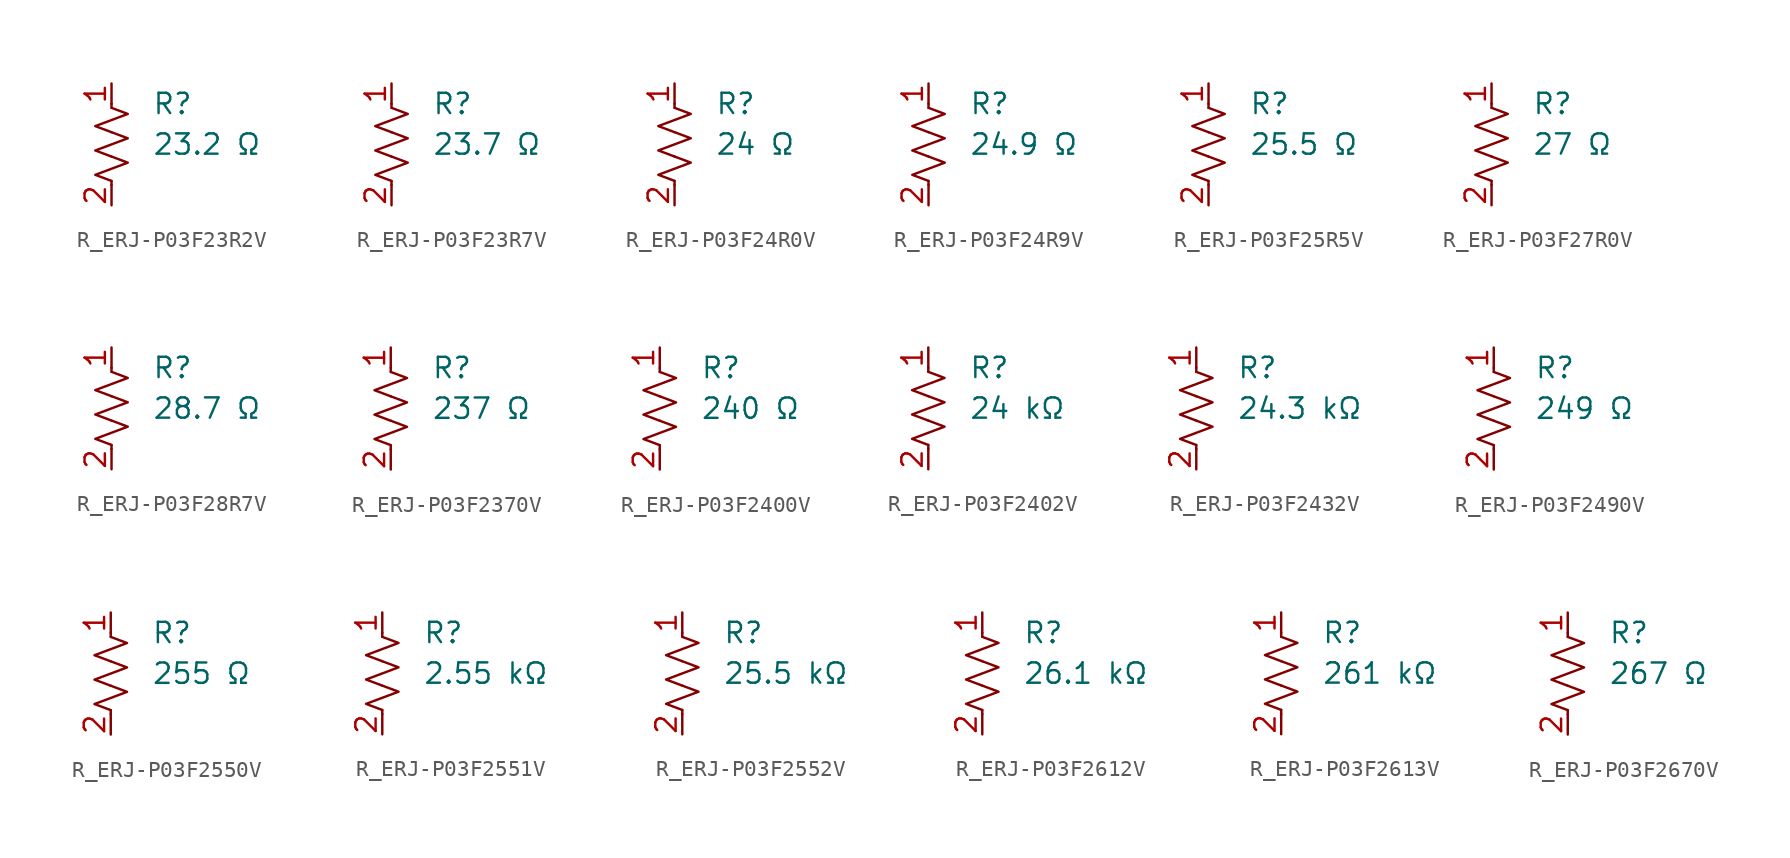
<source format=kicad_sym>
(kicad_symbol_lib
  (version 20231120)
  (generator "kicad_symbol_editor")
  (generator_version "8.0")
  (symbol "R_ERJ-P03F23R2V"
    (pin_names
      (offset 0.254))
    (property "Value" "23.2 Ω"
      (at 2.54 0 0)
      (effects (font (size 1.27 1.27)) (justify left)))
    (property "Reference" "R"
      (at 2.54 2.54 0)
      (effects (font (size 1.27 1.27)) (justify left)))
    (symbol "R_ERJ-P03F23R2V_0_1"
      (polyline (pts (xy 0 -2.286) (xy 0 -2.54)) (stroke (width 0) (type default)) (fill (type none)))
      (polyline (pts (xy 0 2.286) (xy 0 2.54)) (stroke (width 0) (type default)) (fill (type none)))
      (polyline (pts (xy 0 -0.762) (xy 1.016 -1.143) (xy 0 -1.524) (xy -1.016 -1.905) (xy 0 -2.286)) (stroke (width 0) (type default)) (fill (type none)))
      (polyline (pts (xy 0 0.762) (xy 1.016 0.381) (xy 0 0) (xy -1.016 -0.381) (xy 0 -0.762)) (stroke (width 0) (type default)) (fill (type none)))
      (polyline (pts (xy 0 2.286) (xy 1.016 1.905) (xy 0 1.524) (xy -1.016 1.143) (xy 0 0.762)) (stroke (width 0) (type default)) (fill (type none))))
    (symbol "R_ERJ-P03F23R2V_1_1"
      (pin passive line (at 0 3.81 270) (length 1.27) (name "~" (effects (font (size 1.27 1.27)))) (number "1" (effects (font (size 1.27 1.27)))))
      (pin passive line (at 0 -3.81 90) (length 1.27) (name "~" (effects (font (size 1.27 1.27)))) (number "2" (effects (font (size 1.27 1.27)))))))
  (symbol "R_ERJ-P03F23R7V"
    (pin_names
      (offset 0.254))
    (property "Value" "23.7 Ω"
      (at 2.54 0 0)
      (effects (font (size 1.27 1.27)) (justify left)))
    (property "Reference" "R"
      (at 2.54 2.54 0)
      (effects (font (size 1.27 1.27)) (justify left)))
    (symbol "R_ERJ-P03F23R7V_0_1"
      (polyline (pts (xy 0 -2.286) (xy 0 -2.54)) (stroke (width 0) (type default)) (fill (type none)))
      (polyline (pts (xy 0 2.286) (xy 0 2.54)) (stroke (width 0) (type default)) (fill (type none)))
      (polyline (pts (xy 0 -0.762) (xy 1.016 -1.143) (xy 0 -1.524) (xy -1.016 -1.905) (xy 0 -2.286)) (stroke (width 0) (type default)) (fill (type none)))
      (polyline (pts (xy 0 0.762) (xy 1.016 0.381) (xy 0 0) (xy -1.016 -0.381) (xy 0 -0.762)) (stroke (width 0) (type default)) (fill (type none)))
      (polyline (pts (xy 0 2.286) (xy 1.016 1.905) (xy 0 1.524) (xy -1.016 1.143) (xy 0 0.762)) (stroke (width 0) (type default)) (fill (type none))))
    (symbol "R_ERJ-P03F23R7V_1_1"
      (pin passive line (at 0 3.81 270) (length 1.27) (name "~" (effects (font (size 1.27 1.27)))) (number "1" (effects (font (size 1.27 1.27)))))
      (pin passive line (at 0 -3.81 90) (length 1.27) (name "~" (effects (font (size 1.27 1.27)))) (number "2" (effects (font (size 1.27 1.27)))))))
  (symbol "R_ERJ-P03F24R0V"
    (pin_names
      (offset 0.254))
    (property "Value" "24 Ω"
      (at 2.54 0 0)
      (effects (font (size 1.27 1.27)) (justify left)))
    (property "Reference" "R"
      (at 2.54 2.54 0)
      (effects (font (size 1.27 1.27)) (justify left)))
    (symbol "R_ERJ-P03F24R0V_0_1"
      (polyline (pts (xy 0 -2.286) (xy 0 -2.54)) (stroke (width 0) (type default)) (fill (type none)))
      (polyline (pts (xy 0 2.286) (xy 0 2.54)) (stroke (width 0) (type default)) (fill (type none)))
      (polyline (pts (xy 0 -0.762) (xy 1.016 -1.143) (xy 0 -1.524) (xy -1.016 -1.905) (xy 0 -2.286)) (stroke (width 0) (type default)) (fill (type none)))
      (polyline (pts (xy 0 0.762) (xy 1.016 0.381) (xy 0 0) (xy -1.016 -0.381) (xy 0 -0.762)) (stroke (width 0) (type default)) (fill (type none)))
      (polyline (pts (xy 0 2.286) (xy 1.016 1.905) (xy 0 1.524) (xy -1.016 1.143) (xy 0 0.762)) (stroke (width 0) (type default)) (fill (type none))))
    (symbol "R_ERJ-P03F24R0V_1_1"
      (pin passive line (at 0 3.81 270) (length 1.27) (name "~" (effects (font (size 1.27 1.27)))) (number "1" (effects (font (size 1.27 1.27)))))
      (pin passive line (at 0 -3.81 90) (length 1.27) (name "~" (effects (font (size 1.27 1.27)))) (number "2" (effects (font (size 1.27 1.27)))))))
  (symbol "R_ERJ-P03F24R9V"
    (pin_names
      (offset 0.254))
    (property "Value" "24.9 Ω"
      (at 2.54 0 0)
      (effects (font (size 1.27 1.27)) (justify left)))
    (property "Reference" "R"
      (at 2.54 2.54 0)
      (effects (font (size 1.27 1.27)) (justify left)))
    (symbol "R_ERJ-P03F24R9V_0_1"
      (polyline (pts (xy 0 -2.286) (xy 0 -2.54)) (stroke (width 0) (type default)) (fill (type none)))
      (polyline (pts (xy 0 2.286) (xy 0 2.54)) (stroke (width 0) (type default)) (fill (type none)))
      (polyline (pts (xy 0 -0.762) (xy 1.016 -1.143) (xy 0 -1.524) (xy -1.016 -1.905) (xy 0 -2.286)) (stroke (width 0) (type default)) (fill (type none)))
      (polyline (pts (xy 0 0.762) (xy 1.016 0.381) (xy 0 0) (xy -1.016 -0.381) (xy 0 -0.762)) (stroke (width 0) (type default)) (fill (type none)))
      (polyline (pts (xy 0 2.286) (xy 1.016 1.905) (xy 0 1.524) (xy -1.016 1.143) (xy 0 0.762)) (stroke (width 0) (type default)) (fill (type none))))
    (symbol "R_ERJ-P03F24R9V_1_1"
      (pin passive line (at 0 3.81 270) (length 1.27) (name "~" (effects (font (size 1.27 1.27)))) (number "1" (effects (font (size 1.27 1.27)))))
      (pin passive line (at 0 -3.81 90) (length 1.27) (name "~" (effects (font (size 1.27 1.27)))) (number "2" (effects (font (size 1.27 1.27)))))))
  (symbol "R_ERJ-P03F25R5V"
    (pin_names
      (offset 0.254))
    (property "Value" "25.5 Ω"
      (at 2.54 0 0)
      (effects (font (size 1.27 1.27)) (justify left)))
    (property "Reference" "R"
      (at 2.54 2.54 0)
      (effects (font (size 1.27 1.27)) (justify left)))
    (symbol "R_ERJ-P03F25R5V_0_1"
      (polyline (pts (xy 0 -2.286) (xy 0 -2.54)) (stroke (width 0) (type default)) (fill (type none)))
      (polyline (pts (xy 0 2.286) (xy 0 2.54)) (stroke (width 0) (type default)) (fill (type none)))
      (polyline (pts (xy 0 -0.762) (xy 1.016 -1.143) (xy 0 -1.524) (xy -1.016 -1.905) (xy 0 -2.286)) (stroke (width 0) (type default)) (fill (type none)))
      (polyline (pts (xy 0 0.762) (xy 1.016 0.381) (xy 0 0) (xy -1.016 -0.381) (xy 0 -0.762)) (stroke (width 0) (type default)) (fill (type none)))
      (polyline (pts (xy 0 2.286) (xy 1.016 1.905) (xy 0 1.524) (xy -1.016 1.143) (xy 0 0.762)) (stroke (width 0) (type default)) (fill (type none))))
    (symbol "R_ERJ-P03F25R5V_1_1"
      (pin passive line (at 0 3.81 270) (length 1.27) (name "~" (effects (font (size 1.27 1.27)))) (number "1" (effects (font (size 1.27 1.27)))))
      (pin passive line (at 0 -3.81 90) (length 1.27) (name "~" (effects (font (size 1.27 1.27)))) (number "2" (effects (font (size 1.27 1.27)))))))
  (symbol "R_ERJ-P03F27R0V"
    (pin_names
      (offset 0.254))
    (property "Value" "27 Ω"
      (at 2.54 0 0)
      (effects (font (size 1.27 1.27)) (justify left)))
    (property "Reference" "R"
      (at 2.54 2.54 0)
      (effects (font (size 1.27 1.27)) (justify left)))
    (symbol "R_ERJ-P03F27R0V_0_1"
      (polyline (pts (xy 0 -2.286) (xy 0 -2.54)) (stroke (width 0) (type default)) (fill (type none)))
      (polyline (pts (xy 0 2.286) (xy 0 2.54)) (stroke (width 0) (type default)) (fill (type none)))
      (polyline (pts (xy 0 -0.762) (xy 1.016 -1.143) (xy 0 -1.524) (xy -1.016 -1.905) (xy 0 -2.286)) (stroke (width 0) (type default)) (fill (type none)))
      (polyline (pts (xy 0 0.762) (xy 1.016 0.381) (xy 0 0) (xy -1.016 -0.381) (xy 0 -0.762)) (stroke (width 0) (type default)) (fill (type none)))
      (polyline (pts (xy 0 2.286) (xy 1.016 1.905) (xy 0 1.524) (xy -1.016 1.143) (xy 0 0.762)) (stroke (width 0) (type default)) (fill (type none))))
    (symbol "R_ERJ-P03F27R0V_1_1"
      (pin passive line (at 0 3.81 270) (length 1.27) (name "~" (effects (font (size 1.27 1.27)))) (number "1" (effects (font (size 1.27 1.27)))))
      (pin passive line (at 0 -3.81 90) (length 1.27) (name "~" (effects (font (size 1.27 1.27)))) (number "2" (effects (font (size 1.27 1.27)))))))
  (symbol "R_ERJ-P03F28R7V"
    (pin_names
      (offset 0.254))
    (property "Value" "28.7 Ω"
      (at 2.54 0 0)
      (effects (font (size 1.27 1.27)) (justify left)))
    (property "Reference" "R"
      (at 2.54 2.54 0)
      (effects (font (size 1.27 1.27)) (justify left)))
    (symbol "R_ERJ-P03F28R7V_0_1"
      (polyline (pts (xy 0 -2.286) (xy 0 -2.54)) (stroke (width 0) (type default)) (fill (type none)))
      (polyline (pts (xy 0 2.286) (xy 0 2.54)) (stroke (width 0) (type default)) (fill (type none)))
      (polyline (pts (xy 0 -0.762) (xy 1.016 -1.143) (xy 0 -1.524) (xy -1.016 -1.905) (xy 0 -2.286)) (stroke (width 0) (type default)) (fill (type none)))
      (polyline (pts (xy 0 0.762) (xy 1.016 0.381) (xy 0 0) (xy -1.016 -0.381) (xy 0 -0.762)) (stroke (width 0) (type default)) (fill (type none)))
      (polyline (pts (xy 0 2.286) (xy 1.016 1.905) (xy 0 1.524) (xy -1.016 1.143) (xy 0 0.762)) (stroke (width 0) (type default)) (fill (type none))))
    (symbol "R_ERJ-P03F28R7V_1_1"
      (pin passive line (at 0 3.81 270) (length 1.27) (name "~" (effects (font (size 1.27 1.27)))) (number "1" (effects (font (size 1.27 1.27)))))
      (pin passive line (at 0 -3.81 90) (length 1.27) (name "~" (effects (font (size 1.27 1.27)))) (number "2" (effects (font (size 1.27 1.27)))))))
  (symbol "R_ERJ-P03F2370V"
    (pin_names
      (offset 0.254))
    (property "Value" "237 Ω"
      (at 2.54 0 0)
      (effects (font (size 1.27 1.27)) (justify left)))
    (property "Reference" "R"
      (at 2.54 2.54 0)
      (effects (font (size 1.27 1.27)) (justify left)))
    (symbol "R_ERJ-P03F2370V_0_1"
      (polyline (pts (xy 0 -2.286) (xy 0 -2.54)) (stroke (width 0) (type default)) (fill (type none)))
      (polyline (pts (xy 0 2.286) (xy 0 2.54)) (stroke (width 0) (type default)) (fill (type none)))
      (polyline (pts (xy 0 -0.762) (xy 1.016 -1.143) (xy 0 -1.524) (xy -1.016 -1.905) (xy 0 -2.286)) (stroke (width 0) (type default)) (fill (type none)))
      (polyline (pts (xy 0 0.762) (xy 1.016 0.381) (xy 0 0) (xy -1.016 -0.381) (xy 0 -0.762)) (stroke (width 0) (type default)) (fill (type none)))
      (polyline (pts (xy 0 2.286) (xy 1.016 1.905) (xy 0 1.524) (xy -1.016 1.143) (xy 0 0.762)) (stroke (width 0) (type default)) (fill (type none))))
    (symbol "R_ERJ-P03F2370V_1_1"
      (pin passive line (at 0 3.81 270) (length 1.27) (name "~" (effects (font (size 1.27 1.27)))) (number "1" (effects (font (size 1.27 1.27)))))
      (pin passive line (at 0 -3.81 90) (length 1.27) (name "~" (effects (font (size 1.27 1.27)))) (number "2" (effects (font (size 1.27 1.27)))))))
  (symbol "R_ERJ-P03F2400V"
    (pin_names
      (offset 0.254))
    (property "Value" "240 Ω"
      (at 2.54 0 0)
      (effects (font (size 1.27 1.27)) (justify left)))
    (property "Reference" "R"
      (at 2.54 2.54 0)
      (effects (font (size 1.27 1.27)) (justify left)))
    (symbol "R_ERJ-P03F2400V_0_1"
      (polyline (pts (xy 0 -2.286) (xy 0 -2.54)) (stroke (width 0) (type default)) (fill (type none)))
      (polyline (pts (xy 0 2.286) (xy 0 2.54)) (stroke (width 0) (type default)) (fill (type none)))
      (polyline (pts (xy 0 -0.762) (xy 1.016 -1.143) (xy 0 -1.524) (xy -1.016 -1.905) (xy 0 -2.286)) (stroke (width 0) (type default)) (fill (type none)))
      (polyline (pts (xy 0 0.762) (xy 1.016 0.381) (xy 0 0) (xy -1.016 -0.381) (xy 0 -0.762)) (stroke (width 0) (type default)) (fill (type none)))
      (polyline (pts (xy 0 2.286) (xy 1.016 1.905) (xy 0 1.524) (xy -1.016 1.143) (xy 0 0.762)) (stroke (width 0) (type default)) (fill (type none))))
    (symbol "R_ERJ-P03F2400V_1_1"
      (pin passive line (at 0 3.81 270) (length 1.27) (name "~" (effects (font (size 1.27 1.27)))) (number "1" (effects (font (size 1.27 1.27)))))
      (pin passive line (at 0 -3.81 90) (length 1.27) (name "~" (effects (font (size 1.27 1.27)))) (number "2" (effects (font (size 1.27 1.27)))))))
  (symbol "R_ERJ-P03F2402V"
    (pin_names
      (offset 0.254))
    (property "Value" "24 kΩ"
      (at 2.54 0 0)
      (effects (font (size 1.27 1.27)) (justify left)))
    (property "Reference" "R"
      (at 2.54 2.54 0)
      (effects (font (size 1.27 1.27)) (justify left)))
    (symbol "R_ERJ-P03F2402V_0_1"
      (polyline (pts (xy 0 -2.286) (xy 0 -2.54)) (stroke (width 0) (type default)) (fill (type none)))
      (polyline (pts (xy 0 2.286) (xy 0 2.54)) (stroke (width 0) (type default)) (fill (type none)))
      (polyline (pts (xy 0 -0.762) (xy 1.016 -1.143) (xy 0 -1.524) (xy -1.016 -1.905) (xy 0 -2.286)) (stroke (width 0) (type default)) (fill (type none)))
      (polyline (pts (xy 0 0.762) (xy 1.016 0.381) (xy 0 0) (xy -1.016 -0.381) (xy 0 -0.762)) (stroke (width 0) (type default)) (fill (type none)))
      (polyline (pts (xy 0 2.286) (xy 1.016 1.905) (xy 0 1.524) (xy -1.016 1.143) (xy 0 0.762)) (stroke (width 0) (type default)) (fill (type none))))
    (symbol "R_ERJ-P03F2402V_1_1"
      (pin passive line (at 0 3.81 270) (length 1.27) (name "~" (effects (font (size 1.27 1.27)))) (number "1" (effects (font (size 1.27 1.27)))))
      (pin passive line (at 0 -3.81 90) (length 1.27) (name "~" (effects (font (size 1.27 1.27)))) (number "2" (effects (font (size 1.27 1.27)))))))
  (symbol "R_ERJ-P03F2432V"
    (pin_names
      (offset 0.254))
    (property "Value" "24.3 kΩ"
      (at 2.54 0 0)
      (effects (font (size 1.27 1.27)) (justify left)))
    (property "Reference" "R"
      (at 2.54 2.54 0)
      (effects (font (size 1.27 1.27)) (justify left)))
    (symbol "R_ERJ-P03F2432V_0_1"
      (polyline (pts (xy 0 -2.286) (xy 0 -2.54)) (stroke (width 0) (type default)) (fill (type none)))
      (polyline (pts (xy 0 2.286) (xy 0 2.54)) (stroke (width 0) (type default)) (fill (type none)))
      (polyline (pts (xy 0 -0.762) (xy 1.016 -1.143) (xy 0 -1.524) (xy -1.016 -1.905) (xy 0 -2.286)) (stroke (width 0) (type default)) (fill (type none)))
      (polyline (pts (xy 0 0.762) (xy 1.016 0.381) (xy 0 0) (xy -1.016 -0.381) (xy 0 -0.762)) (stroke (width 0) (type default)) (fill (type none)))
      (polyline (pts (xy 0 2.286) (xy 1.016 1.905) (xy 0 1.524) (xy -1.016 1.143) (xy 0 0.762)) (stroke (width 0) (type default)) (fill (type none))))
    (symbol "R_ERJ-P03F2432V_1_1"
      (pin passive line (at 0 3.81 270) (length 1.27) (name "~" (effects (font (size 1.27 1.27)))) (number "1" (effects (font (size 1.27 1.27)))))
      (pin passive line (at 0 -3.81 90) (length 1.27) (name "~" (effects (font (size 1.27 1.27)))) (number "2" (effects (font (size 1.27 1.27)))))))
  (symbol "R_ERJ-P03F2490V"
    (pin_names
      (offset 0.254))
    (property "Value" "249 Ω"
      (at 2.54 0 0)
      (effects (font (size 1.27 1.27)) (justify left)))
    (property "Reference" "R"
      (at 2.54 2.54 0)
      (effects (font (size 1.27 1.27)) (justify left)))
    (symbol "R_ERJ-P03F2490V_0_1"
      (polyline (pts (xy 0 -2.286) (xy 0 -2.54)) (stroke (width 0) (type default)) (fill (type none)))
      (polyline (pts (xy 0 2.286) (xy 0 2.54)) (stroke (width 0) (type default)) (fill (type none)))
      (polyline (pts (xy 0 -0.762) (xy 1.016 -1.143) (xy 0 -1.524) (xy -1.016 -1.905) (xy 0 -2.286)) (stroke (width 0) (type default)) (fill (type none)))
      (polyline (pts (xy 0 0.762) (xy 1.016 0.381) (xy 0 0) (xy -1.016 -0.381) (xy 0 -0.762)) (stroke (width 0) (type default)) (fill (type none)))
      (polyline (pts (xy 0 2.286) (xy 1.016 1.905) (xy 0 1.524) (xy -1.016 1.143) (xy 0 0.762)) (stroke (width 0) (type default)) (fill (type none))))
    (symbol "R_ERJ-P03F2490V_1_1"
      (pin passive line (at 0 3.81 270) (length 1.27) (name "~" (effects (font (size 1.27 1.27)))) (number "1" (effects (font (size 1.27 1.27)))))
      (pin passive line (at 0 -3.81 90) (length 1.27) (name "~" (effects (font (size 1.27 1.27)))) (number "2" (effects (font (size 1.27 1.27)))))))
  (symbol "R_ERJ-P03F2550V"
    (pin_names
      (offset 0.254))
    (property "Value" "255 Ω"
      (at 2.54 0 0)
      (effects (font (size 1.27 1.27)) (justify left)))
    (property "Reference" "R"
      (at 2.54 2.54 0)
      (effects (font (size 1.27 1.27)) (justify left)))
    (symbol "R_ERJ-P03F2550V_0_1"
      (polyline (pts (xy 0 -2.286) (xy 0 -2.54)) (stroke (width 0) (type default)) (fill (type none)))
      (polyline (pts (xy 0 2.286) (xy 0 2.54)) (stroke (width 0) (type default)) (fill (type none)))
      (polyline (pts (xy 0 -0.762) (xy 1.016 -1.143) (xy 0 -1.524) (xy -1.016 -1.905) (xy 0 -2.286)) (stroke (width 0) (type default)) (fill (type none)))
      (polyline (pts (xy 0 0.762) (xy 1.016 0.381) (xy 0 0) (xy -1.016 -0.381) (xy 0 -0.762)) (stroke (width 0) (type default)) (fill (type none)))
      (polyline (pts (xy 0 2.286) (xy 1.016 1.905) (xy 0 1.524) (xy -1.016 1.143) (xy 0 0.762)) (stroke (width 0) (type default)) (fill (type none))))
    (symbol "R_ERJ-P03F2550V_1_1"
      (pin passive line (at 0 3.81 270) (length 1.27) (name "~" (effects (font (size 1.27 1.27)))) (number "1" (effects (font (size 1.27 1.27)))))
      (pin passive line (at 0 -3.81 90) (length 1.27) (name "~" (effects (font (size 1.27 1.27)))) (number "2" (effects (font (size 1.27 1.27)))))))
  (symbol "R_ERJ-P03F2551V"
    (pin_names
      (offset 0.254))
    (property "Value" "2.55 kΩ"
      (at 2.54 0 0)
      (effects (font (size 1.27 1.27)) (justify left)))
    (property "Reference" "R"
      (at 2.54 2.54 0)
      (effects (font (size 1.27 1.27)) (justify left)))
    (symbol "R_ERJ-P03F2551V_0_1"
      (polyline (pts (xy 0 -2.286) (xy 0 -2.54)) (stroke (width 0) (type default)) (fill (type none)))
      (polyline (pts (xy 0 2.286) (xy 0 2.54)) (stroke (width 0) (type default)) (fill (type none)))
      (polyline (pts (xy 0 -0.762) (xy 1.016 -1.143) (xy 0 -1.524) (xy -1.016 -1.905) (xy 0 -2.286)) (stroke (width 0) (type default)) (fill (type none)))
      (polyline (pts (xy 0 0.762) (xy 1.016 0.381) (xy 0 0) (xy -1.016 -0.381) (xy 0 -0.762)) (stroke (width 0) (type default)) (fill (type none)))
      (polyline (pts (xy 0 2.286) (xy 1.016 1.905) (xy 0 1.524) (xy -1.016 1.143) (xy 0 0.762)) (stroke (width 0) (type default)) (fill (type none))))
    (symbol "R_ERJ-P03F2551V_1_1"
      (pin passive line (at 0 3.81 270) (length 1.27) (name "~" (effects (font (size 1.27 1.27)))) (number "1" (effects (font (size 1.27 1.27)))))
      (pin passive line (at 0 -3.81 90) (length 1.27) (name "~" (effects (font (size 1.27 1.27)))) (number "2" (effects (font (size 1.27 1.27)))))))
  (symbol "R_ERJ-P03F2552V"
    (pin_names
      (offset 0.254))
    (property "Value" "25.5 kΩ"
      (at 2.54 0 0)
      (effects (font (size 1.27 1.27)) (justify left)))
    (property "Reference" "R"
      (at 2.54 2.54 0)
      (effects (font (size 1.27 1.27)) (justify left)))
    (symbol "R_ERJ-P03F2552V_0_1"
      (polyline (pts (xy 0 -2.286) (xy 0 -2.54)) (stroke (width 0) (type default)) (fill (type none)))
      (polyline (pts (xy 0 2.286) (xy 0 2.54)) (stroke (width 0) (type default)) (fill (type none)))
      (polyline (pts (xy 0 -0.762) (xy 1.016 -1.143) (xy 0 -1.524) (xy -1.016 -1.905) (xy 0 -2.286)) (stroke (width 0) (type default)) (fill (type none)))
      (polyline (pts (xy 0 0.762) (xy 1.016 0.381) (xy 0 0) (xy -1.016 -0.381) (xy 0 -0.762)) (stroke (width 0) (type default)) (fill (type none)))
      (polyline (pts (xy 0 2.286) (xy 1.016 1.905) (xy 0 1.524) (xy -1.016 1.143) (xy 0 0.762)) (stroke (width 0) (type default)) (fill (type none))))
    (symbol "R_ERJ-P03F2552V_1_1"
      (pin passive line (at 0 3.81 270) (length 1.27) (name "~" (effects (font (size 1.27 1.27)))) (number "1" (effects (font (size 1.27 1.27)))))
      (pin passive line (at 0 -3.81 90) (length 1.27) (name "~" (effects (font (size 1.27 1.27)))) (number "2" (effects (font (size 1.27 1.27)))))))
  (symbol "R_ERJ-P03F2612V"
    (pin_names
      (offset 0.254))
    (property "Value" "26.1 kΩ"
      (at 2.54 0 0)
      (effects (font (size 1.27 1.27)) (justify left)))
    (property "Reference" "R"
      (at 2.54 2.54 0)
      (effects (font (size 1.27 1.27)) (justify left)))
    (symbol "R_ERJ-P03F2612V_0_1"
      (polyline (pts (xy 0 -2.286) (xy 0 -2.54)) (stroke (width 0) (type default)) (fill (type none)))
      (polyline (pts (xy 0 2.286) (xy 0 2.54)) (stroke (width 0) (type default)) (fill (type none)))
      (polyline (pts (xy 0 -0.762) (xy 1.016 -1.143) (xy 0 -1.524) (xy -1.016 -1.905) (xy 0 -2.286)) (stroke (width 0) (type default)) (fill (type none)))
      (polyline (pts (xy 0 0.762) (xy 1.016 0.381) (xy 0 0) (xy -1.016 -0.381) (xy 0 -0.762)) (stroke (width 0) (type default)) (fill (type none)))
      (polyline (pts (xy 0 2.286) (xy 1.016 1.905) (xy 0 1.524) (xy -1.016 1.143) (xy 0 0.762)) (stroke (width 0) (type default)) (fill (type none))))
    (symbol "R_ERJ-P03F2612V_1_1"
      (pin passive line (at 0 3.81 270) (length 1.27) (name "~" (effects (font (size 1.27 1.27)))) (number "1" (effects (font (size 1.27 1.27)))))
      (pin passive line (at 0 -3.81 90) (length 1.27) (name "~" (effects (font (size 1.27 1.27)))) (number "2" (effects (font (size 1.27 1.27)))))))
  (symbol "R_ERJ-P03F2613V"
    (pin_names
      (offset 0.254))
    (property "Value" "261 kΩ"
      (at 2.54 0 0)
      (effects (font (size 1.27 1.27)) (justify left)))
    (property "Reference" "R"
      (at 2.54 2.54 0)
      (effects (font (size 1.27 1.27)) (justify left)))
    (symbol "R_ERJ-P03F2613V_0_1"
      (polyline (pts (xy 0 -2.286) (xy 0 -2.54)) (stroke (width 0) (type default)) (fill (type none)))
      (polyline (pts (xy 0 2.286) (xy 0 2.54)) (stroke (width 0) (type default)) (fill (type none)))
      (polyline (pts (xy 0 -0.762) (xy 1.016 -1.143) (xy 0 -1.524) (xy -1.016 -1.905) (xy 0 -2.286)) (stroke (width 0) (type default)) (fill (type none)))
      (polyline (pts (xy 0 0.762) (xy 1.016 0.381) (xy 0 0) (xy -1.016 -0.381) (xy 0 -0.762)) (stroke (width 0) (type default)) (fill (type none)))
      (polyline (pts (xy 0 2.286) (xy 1.016 1.905) (xy 0 1.524) (xy -1.016 1.143) (xy 0 0.762)) (stroke (width 0) (type default)) (fill (type none))))
    (symbol "R_ERJ-P03F2613V_1_1"
      (pin passive line (at 0 3.81 270) (length 1.27) (name "~" (effects (font (size 1.27 1.27)))) (number "1" (effects (font (size 1.27 1.27)))))
      (pin passive line (at 0 -3.81 90) (length 1.27) (name "~" (effects (font (size 1.27 1.27)))) (number "2" (effects (font (size 1.27 1.27)))))))
  (symbol "R_ERJ-P03F2670V"
    (pin_names
      (offset 0.254))
    (property "Value" "267 Ω"
      (at 2.54 0 0)
      (effects (font (size 1.27 1.27)) (justify left)))
    (property "Reference" "R"
      (at 2.54 2.54 0)
      (effects (font (size 1.27 1.27)) (justify left)))
    (symbol "R_ERJ-P03F2670V_0_1"
      (polyline (pts (xy 0 -2.286) (xy 0 -2.54)) (stroke (width 0) (type default)) (fill (type none)))
      (polyline (pts (xy 0 2.286) (xy 0 2.54)) (stroke (width 0) (type default)) (fill (type none)))
      (polyline (pts (xy 0 -0.762) (xy 1.016 -1.143) (xy 0 -1.524) (xy -1.016 -1.905) (xy 0 -2.286)) (stroke (width 0) (type default)) (fill (type none)))
      (polyline (pts (xy 0 0.762) (xy 1.016 0.381) (xy 0 0) (xy -1.016 -0.381) (xy 0 -0.762)) (stroke (width 0) (type default)) (fill (type none)))
      (polyline (pts (xy 0 2.286) (xy 1.016 1.905) (xy 0 1.524) (xy -1.016 1.143) (xy 0 0.762)) (stroke (width 0) (type default)) (fill (type none))))
    (symbol "R_ERJ-P03F2670V_1_1"
      (pin passive line (at 0 3.81 270) (length 1.27) (name "~" (effects (font (size 1.27 1.27)))) (number "1" (effects (font (size 1.27 1.27)))))
      (pin passive line (at 0 -3.81 90) (length 1.27) (name "~" (effects (font (size 1.27 1.27)))) (number "2" (effects (font (size 1.27 1.27))))))))
</source>
